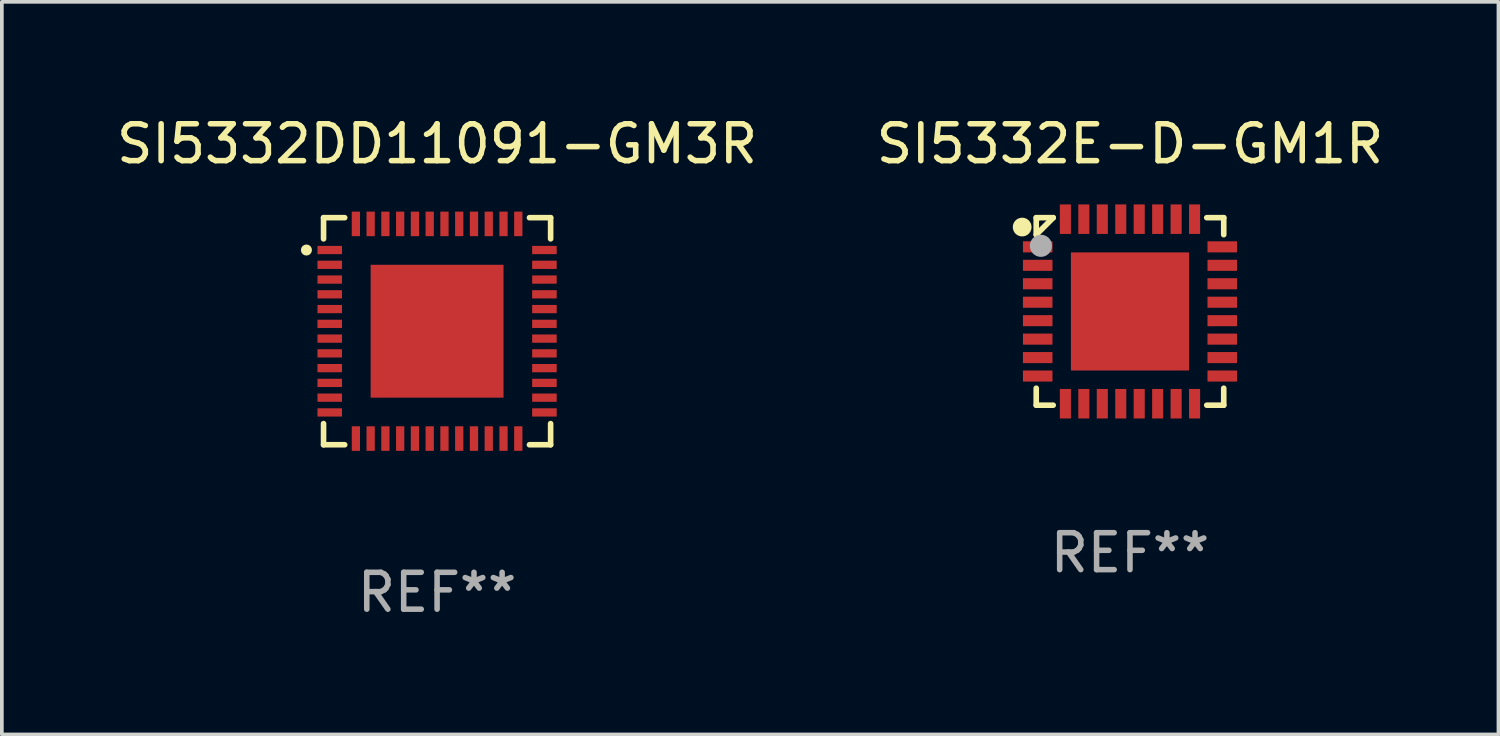
<source format=kicad_pcb>
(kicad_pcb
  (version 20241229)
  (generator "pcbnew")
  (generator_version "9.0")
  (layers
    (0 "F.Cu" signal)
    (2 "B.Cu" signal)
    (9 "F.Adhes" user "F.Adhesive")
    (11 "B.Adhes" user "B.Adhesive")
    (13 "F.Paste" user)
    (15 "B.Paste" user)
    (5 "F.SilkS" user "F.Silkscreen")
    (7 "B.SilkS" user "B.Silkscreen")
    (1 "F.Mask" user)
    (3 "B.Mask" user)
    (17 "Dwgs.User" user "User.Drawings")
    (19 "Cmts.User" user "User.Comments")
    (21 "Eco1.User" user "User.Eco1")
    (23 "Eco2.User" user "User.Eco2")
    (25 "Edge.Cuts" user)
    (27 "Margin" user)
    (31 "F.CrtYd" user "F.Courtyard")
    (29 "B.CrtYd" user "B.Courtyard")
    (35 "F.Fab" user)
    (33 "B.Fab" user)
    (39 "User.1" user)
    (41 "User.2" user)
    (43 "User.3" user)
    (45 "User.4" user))
  (footprint "SI5332DD11091-GM3R"
    (layer "F.Cu")
    (at 8.792 5.924)
    (property "Reference" "SI5332DD11091-GM3R" (at 0 -5.076 0) (layer "F.SilkS") (effects (font (size 1 1) (thickness 0.15))))
    (attr through_hole)
    (fp_line (start -3.076 -3.076) (end -3.076 -2.503) (stroke (width 0.152) (type solid)) (layer "F.SilkS"))
    (fp_line (start -3.076 3.076) (end -3.076 2.503) (stroke (width 0.152) (type solid)) (layer "F.SilkS"))
    (fp_line (start -2.503 -3.076) (end -3.076 -3.076) (stroke (width 0.152) (type solid)) (layer "F.SilkS"))
    (fp_line (start -2.503 3.076) (end -3.076 3.076) (stroke (width 0.152) (type solid)) (layer "F.SilkS"))
    (fp_line (start 2.503 -3.076) (end 3.076 -3.076) (stroke (width 0.152) (type solid)) (layer "F.SilkS"))
    (fp_line (start 2.503 3.076) (end 3.076 3.076) (stroke (width 0.152) (type solid)) (layer "F.SilkS"))
    (fp_line (start 3.076 -3.076) (end 3.076 -2.503) (stroke (width 0.152) (type solid)) (layer "F.SilkS"))
    (fp_line (start 3.076 3.076) (end 3.076 2.503) (stroke (width 0.152) (type solid)) (layer "F.SilkS"))
    (fp_circle (center -3.54 -2.2) (end -3.465 -2.2) (stroke (width 0.15) (type solid)) (fill no) (layer "F.SilkS"))
    (fp_text user "REF**" (at 0 7.076 0) (layer "F.Fab") (effects (font (size 1 1) (thickness 0.15))))
    (pad "1" smd rect (at -2.908 -2.2) (size 0.665 0.224) (layers "F.Cu" "F.Mask" "F.Paste"))
    (pad "2" smd rect (at -2.908 -1.8) (size 0.665 0.224) (layers "F.Cu" "F.Mask" "F.Paste"))
    (pad "3" smd rect (at -2.908 -1.4) (size 0.665 0.224) (layers "F.Cu" "F.Mask" "F.Paste"))
    (pad "4" smd rect (at -2.908 -1) (size 0.665 0.224) (layers "F.Cu" "F.Mask" "F.Paste"))
    (pad "5" smd rect (at -2.908 -0.6) (size 0.665 0.224) (layers "F.Cu" "F.Mask" "F.Paste"))
    (pad "6" smd rect (at -2.908 -0.2) (size 0.665 0.224) (layers "F.Cu" "F.Mask" "F.Paste"))
    (pad "7" smd rect (at -2.908 0.2) (size 0.665 0.224) (layers "F.Cu" "F.Mask" "F.Paste"))
    (pad "8" smd rect (at -2.908 0.6) (size 0.665 0.224) (layers "F.Cu" "F.Mask" "F.Paste"))
    (pad "9" smd rect (at -2.908 1) (size 0.665 0.224) (layers "F.Cu" "F.Mask" "F.Paste"))
    (pad "10" smd rect (at -2.908 1.4) (size 0.665 0.224) (layers "F.Cu" "F.Mask" "F.Paste"))
    (pad "11" smd rect (at -2.908 1.8) (size 0.665 0.224) (layers "F.Cu" "F.Mask" "F.Paste"))
    (pad "12" smd rect (at -2.908 2.2) (size 0.665 0.224) (layers "F.Cu" "F.Mask" "F.Paste"))
    (pad "13" smd rect (at -2.2 2.908) (size 0.224 0.665) (layers "F.Cu" "F.Mask" "F.Paste"))
    (pad "14" smd rect (at -1.8 2.908) (size 0.224 0.665) (layers "F.Cu" "F.Mask" "F.Paste"))
    (pad "15" smd rect (at -1.4 2.908) (size 0.224 0.665) (layers "F.Cu" "F.Mask" "F.Paste"))
    (pad "16" smd rect (at -1 2.908) (size 0.224 0.665) (layers "F.Cu" "F.Mask" "F.Paste"))
    (pad "17" smd rect (at -0.6 2.908) (size 0.224 0.665) (layers "F.Cu" "F.Mask" "F.Paste"))
    (pad "18" smd rect (at -0.2 2.908) (size 0.224 0.665) (layers "F.Cu" "F.Mask" "F.Paste"))
    (pad "19" smd rect (at 0.2 2.908) (size 0.224 0.665) (layers "F.Cu" "F.Mask" "F.Paste"))
    (pad "20" smd rect (at 0.6 2.908) (size 0.224 0.665) (layers "F.Cu" "F.Mask" "F.Paste"))
    (pad "21" smd rect (at 1 2.908) (size 0.224 0.665) (layers "F.Cu" "F.Mask" "F.Paste"))
    (pad "22" smd rect (at 1.4 2.908) (size 0.224 0.665) (layers "F.Cu" "F.Mask" "F.Paste"))
    (pad "23" smd rect (at 1.8 2.908) (size 0.224 0.665) (layers "F.Cu" "F.Mask" "F.Paste"))
    (pad "24" smd rect (at 2.2 2.908) (size 0.224 0.665) (layers "F.Cu" "F.Mask" "F.Paste"))
    (pad "25" smd rect (at 2.908 2.2) (size 0.665 0.224) (layers "F.Cu" "F.Mask" "F.Paste"))
    (pad "26" smd rect (at 2.908 1.8) (size 0.665 0.224) (layers "F.Cu" "F.Mask" "F.Paste"))
    (pad "27" smd rect (at 2.908 1.4) (size 0.665 0.224) (layers "F.Cu" "F.Mask" "F.Paste"))
    (pad "28" smd rect (at 2.908 1) (size 0.665 0.224) (layers "F.Cu" "F.Mask" "F.Paste"))
    (pad "29" smd rect (at 2.908 0.6) (size 0.665 0.224) (layers "F.Cu" "F.Mask" "F.Paste"))
    (pad "30" smd rect (at 2.908 0.2) (size 0.665 0.224) (layers "F.Cu" "F.Mask" "F.Paste"))
    (pad "31" smd rect (at 2.908 -0.2) (size 0.665 0.224) (layers "F.Cu" "F.Mask" "F.Paste"))
    (pad "32" smd rect (at 2.908 -0.6) (size 0.665 0.224) (layers "F.Cu" "F.Mask" "F.Paste"))
    (pad "33" smd rect (at 2.908 -1) (size 0.665 0.224) (layers "F.Cu" "F.Mask" "F.Paste"))
    (pad "34" smd rect (at 2.908 -1.4) (size 0.665 0.224) (layers "F.Cu" "F.Mask" "F.Paste"))
    (pad "35" smd rect (at 2.908 -1.8) (size 0.665 0.224) (layers "F.Cu" "F.Mask" "F.Paste"))
    (pad "36" smd rect (at 2.908 -2.2) (size 0.665 0.224) (layers "F.Cu" "F.Mask" "F.Paste"))
    (pad "37" smd rect (at 2.2 -2.908) (size 0.224 0.665) (layers "F.Cu" "F.Mask" "F.Paste"))
    (pad "38" smd rect (at 1.8 -2.908) (size 0.224 0.665) (layers "F.Cu" "F.Mask" "F.Paste"))
    (pad "39" smd rect (at 1.4 -2.908) (size 0.224 0.665) (layers "F.Cu" "F.Mask" "F.Paste"))
    (pad "40" smd rect (at 1 -2.908) (size 0.224 0.665) (layers "F.Cu" "F.Mask" "F.Paste"))
    (pad "41" smd rect (at 0.6 -2.908) (size 0.224 0.665) (layers "F.Cu" "F.Mask" "F.Paste"))
    (pad "42" smd rect (at 0.2 -2.908) (size 0.224 0.665) (layers "F.Cu" "F.Mask" "F.Paste"))
    (pad "43" smd rect (at -0.2 -2.908) (size 0.224 0.665) (layers "F.Cu" "F.Mask" "F.Paste"))
    (pad "44" smd rect (at -0.6 -2.908) (size 0.224 0.665) (layers "F.Cu" "F.Mask" "F.Paste"))
    (pad "45" smd rect (at -1 -2.908) (size 0.224 0.665) (layers "F.Cu" "F.Mask" "F.Paste"))
    (pad "46" smd rect (at -1.4 -2.908) (size 0.224 0.665) (layers "F.Cu" "F.Mask" "F.Paste"))
    (pad "47" smd rect (at -1.8 -2.908) (size 0.224 0.665) (layers "F.Cu" "F.Mask" "F.Paste"))
    (pad "48" smd rect (at -2.2 -2.908) (size 0.224 0.665) (layers "F.Cu" "F.Mask" "F.Paste"))
    (pad "49" smd rect (at 0 0) (size 3.6 3.6) (layers "F.Cu" "F.Mask" "F.Paste")))
  (footprint "SI5332E-D-GM1R"
    (layer "F.Cu")
    (at 27.565 5.388)
    (property "Reference" "SI5332E-D-GM1R" (at 0 -4.54 0) (layer "F.SilkS") (effects (font (size 1 1) (thickness 0.15))))
    (attr through_hole)
    (fp_line (start -2.54 -2.54) (end -2.08 -2.54) (stroke (width 0.152) (type solid)) (layer "F.SilkS"))
    (fp_line (start -2.54 -2.08) (end -2.54 -2.54) (stroke (width 0.152) (type solid)) (layer "F.SilkS"))
    (fp_line (start -2.54 -2.08) (end -2.08 -2.54) (stroke (width 0.152) (type solid)) (layer "F.SilkS"))
    (fp_line (start -2.54 2.54) (end -2.54 2.08) (stroke (width 0.152) (type solid)) (layer "F.SilkS"))
    (fp_line (start -2.08 2.54) (end -2.54 2.54) (stroke (width 0.152) (type solid)) (layer "F.SilkS"))
    (fp_line (start 2.08 -2.54) (end 2.54 -2.54) (stroke (width 0.152) (type solid)) (layer "F.SilkS"))
    (fp_line (start 2.54 -2.54) (end 2.54 -2.08) (stroke (width 0.152) (type solid)) (layer "F.SilkS"))
    (fp_line (start 2.54 2.08) (end 2.54 2.54) (stroke (width 0.152) (type solid)) (layer "F.SilkS"))
    (fp_line (start 2.54 2.54) (end 2.08 2.54) (stroke (width 0.152) (type solid)) (layer "F.SilkS"))
    (fp_circle (center -2.921 -2.286) (end -2.794 -2.286) (stroke (width 0.254) (type solid)) (fill no) (layer "F.SilkS"))
    (fp_circle (center -2.5 -2.5) (end -2.47 -2.5) (stroke (width 0.06) (type solid)) (fill no) (layer "F.SilkS"))
    (fp_circle (center -2.413 -1.778) (end -2.263 -1.778) (stroke (width 0.3) (type solid)) (fill no) (layer "F.Fab"))
    (fp_text user "REF**" (at 0 6.54 0) (layer "F.Fab") (effects (font (size 1 1) (thickness 0.15))))
    (pad "1" smd rect (at -2.5 -1.75 90) (size 0.3 0.8) (layers "F.Cu" "F.Mask" "F.Paste"))
    (pad "2" smd rect (at -2.5 -1.25 90) (size 0.3 0.8) (layers "F.Cu" "F.Mask" "F.Paste"))
    (pad "3" smd rect (at -2.5 -0.75 90) (size 0.3 0.8) (layers "F.Cu" "F.Mask" "F.Paste"))
    (pad "4" smd rect (at -2.5 -0.25 90) (size 0.3 0.8) (layers "F.Cu" "F.Mask" "F.Paste"))
    (pad "5" smd rect (at -2.5 0.25 90) (size 0.3 0.8) (layers "F.Cu" "F.Mask" "F.Paste"))
    (pad "6" smd rect (at -2.5 0.75 90) (size 0.3 0.8) (layers "F.Cu" "F.Mask" "F.Paste"))
    (pad "7" smd rect (at -2.5 1.25 90) (size 0.3 0.8) (layers "F.Cu" "F.Mask" "F.Paste"))
    (pad "8" smd rect (at -2.5 1.75 90) (size 0.3 0.8) (layers "F.Cu" "F.Mask" "F.Paste"))
    (pad "9" smd rect (at -1.75 2.5 180) (size 0.3 0.8) (layers "F.Cu" "F.Mask" "F.Paste"))
    (pad "10" smd rect (at -1.25 2.5 180) (size 0.3 0.8) (layers "F.Cu" "F.Mask" "F.Paste"))
    (pad "11" smd rect (at -0.75 2.5 180) (size 0.3 0.8) (layers "F.Cu" "F.Mask" "F.Paste"))
    (pad "12" smd rect (at -0.25 2.5 180) (size 0.3 0.8) (layers "F.Cu" "F.Mask" "F.Paste"))
    (pad "13" smd rect (at 0.25 2.5 180) (size 0.3 0.8) (layers "F.Cu" "F.Mask" "F.Paste"))
    (pad "14" smd rect (at 0.75 2.5 180) (size 0.3 0.8) (layers "F.Cu" "F.Mask" "F.Paste"))
    (pad "15" smd rect (at 1.25 2.5 180) (size 0.3 0.8) (layers "F.Cu" "F.Mask" "F.Paste"))
    (pad "16" smd rect (at 1.75 2.5 180) (size 0.3 0.8) (layers "F.Cu" "F.Mask" "F.Paste"))
    (pad "17" smd rect (at 2.5 1.75 270) (size 0.3 0.8) (layers "F.Cu" "F.Mask" "F.Paste"))
    (pad "18" smd rect (at 2.5 1.25 270) (size 0.3 0.8) (layers "F.Cu" "F.Mask" "F.Paste"))
    (pad "19" smd rect (at 2.5 0.75 270) (size 0.3 0.8) (layers "F.Cu" "F.Mask" "F.Paste"))
    (pad "20" smd rect (at 2.5 0.25 270) (size 0.3 0.8) (layers "F.Cu" "F.Mask" "F.Paste"))
    (pad "21" smd rect (at 2.5 -0.25 270) (size 0.3 0.8) (layers "F.Cu" "F.Mask" "F.Paste"))
    (pad "22" smd rect (at 2.5 -0.75 270) (size 0.3 0.8) (layers "F.Cu" "F.Mask" "F.Paste"))
    (pad "23" smd rect (at 2.5 -1.25 270) (size 0.3 0.8) (layers "F.Cu" "F.Mask" "F.Paste"))
    (pad "24" smd rect (at 2.5 -1.75 270) (size 0.3 0.8) (layers "F.Cu" "F.Mask" "F.Paste"))
    (pad "25" smd rect (at 1.75 -2.5) (size 0.3 0.8) (layers "F.Cu" "F.Mask" "F.Paste"))
    (pad "26" smd rect (at 1.25 -2.5) (size 0.3 0.8) (layers "F.Cu" "F.Mask" "F.Paste"))
    (pad "27" smd rect (at 0.75 -2.5) (size 0.3 0.8) (layers "F.Cu" "F.Mask" "F.Paste"))
    (pad "28" smd rect (at 0.25 -2.5) (size 0.3 0.8) (layers "F.Cu" "F.Mask" "F.Paste"))
    (pad "29" smd rect (at -0.25 -2.5) (size 0.3 0.8) (layers "F.Cu" "F.Mask" "F.Paste"))
    (pad "30" smd rect (at -0.75 -2.5) (size 0.3 0.8) (layers "F.Cu" "F.Mask" "F.Paste"))
    (pad "31" smd rect (at -1.25 -2.5) (size 0.3 0.8) (layers "F.Cu" "F.Mask" "F.Paste"))
    (pad "32" smd rect (at -1.75 -2.5) (size 0.3 0.8) (layers "F.Cu" "F.Mask" "F.Paste"))
    (pad "33" smd rect (at 0 0 90) (size 3.2 3.2) (layers "F.Cu" "F.Mask" "F.Paste")))
  (gr_rect
    (start -3 -3)
    (end 37.548 16.849)
    (stroke (width 0.1) (type default))
    (fill no)
    (layer "Edge.Cuts")))
</source>
